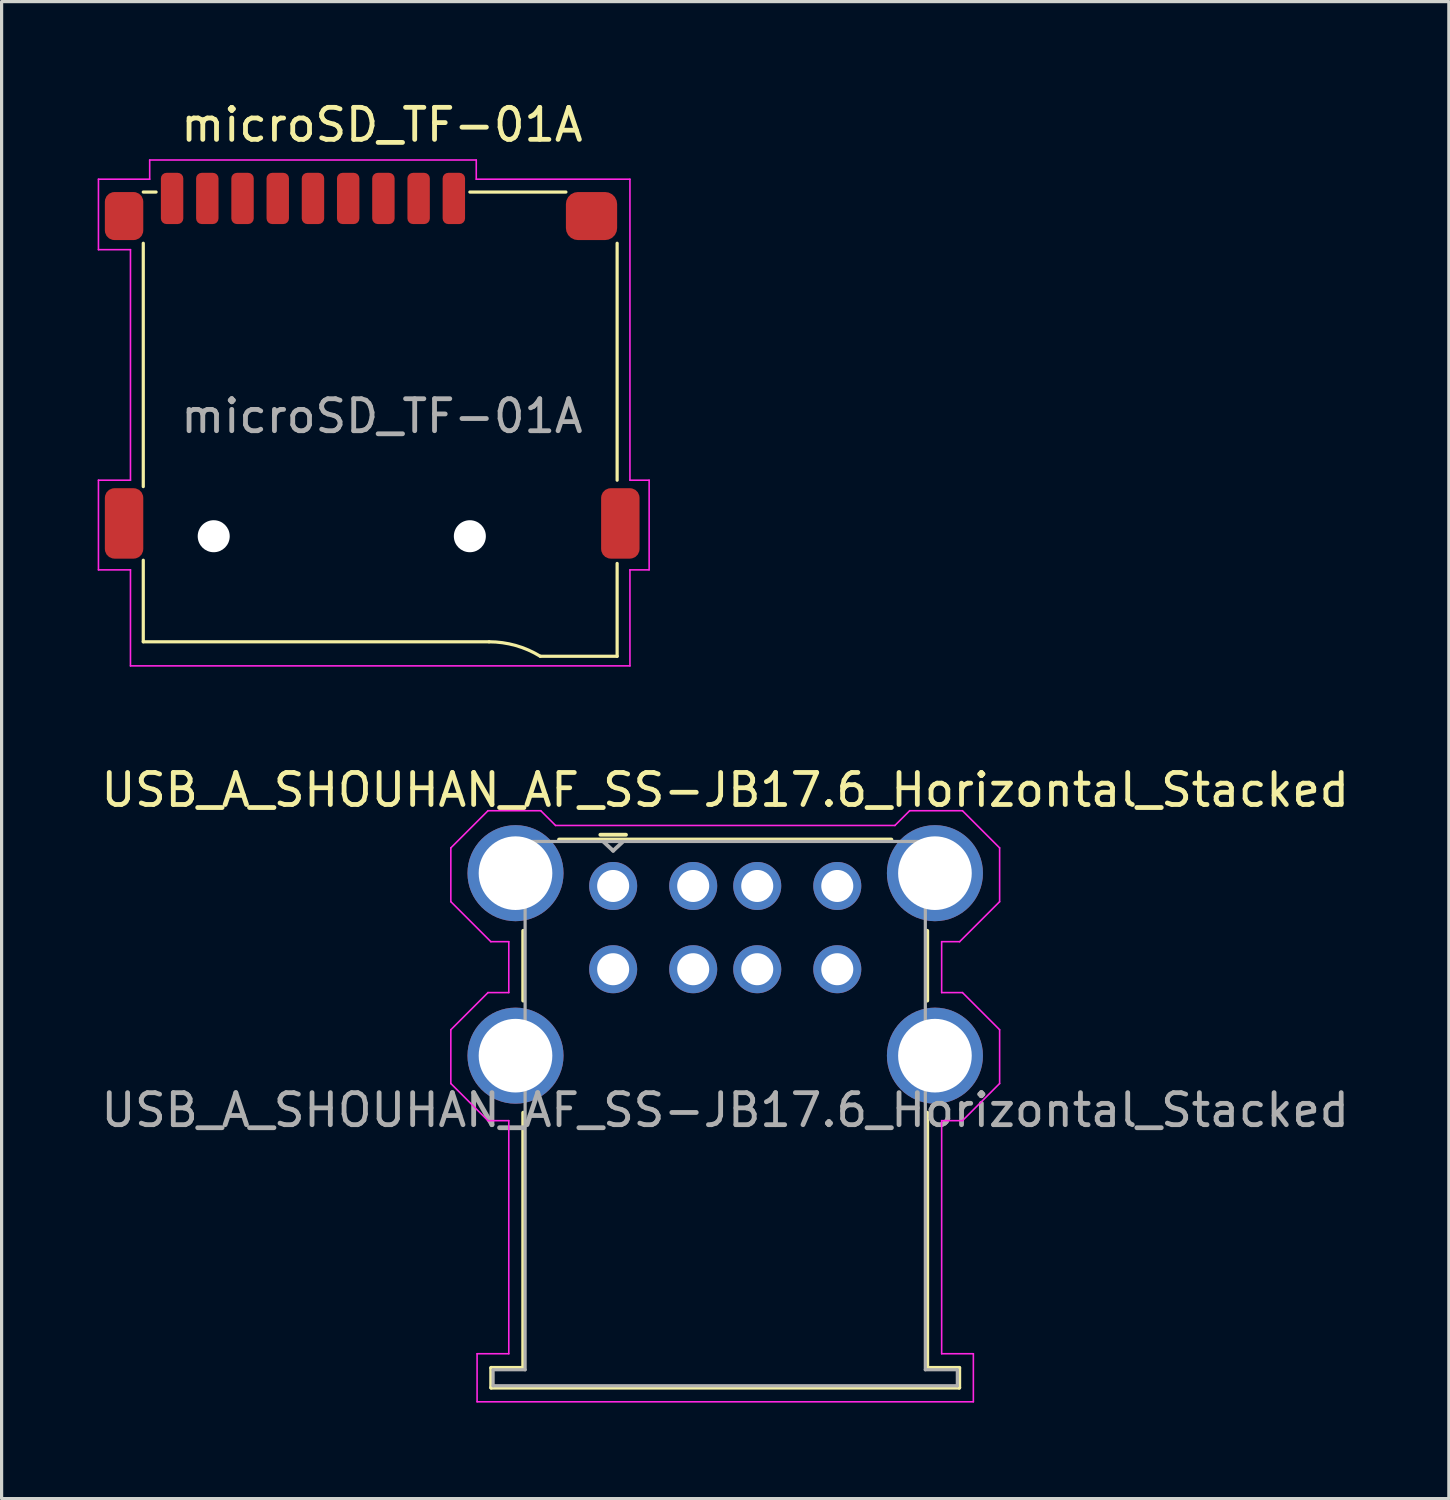
<source format=kicad_pcb>
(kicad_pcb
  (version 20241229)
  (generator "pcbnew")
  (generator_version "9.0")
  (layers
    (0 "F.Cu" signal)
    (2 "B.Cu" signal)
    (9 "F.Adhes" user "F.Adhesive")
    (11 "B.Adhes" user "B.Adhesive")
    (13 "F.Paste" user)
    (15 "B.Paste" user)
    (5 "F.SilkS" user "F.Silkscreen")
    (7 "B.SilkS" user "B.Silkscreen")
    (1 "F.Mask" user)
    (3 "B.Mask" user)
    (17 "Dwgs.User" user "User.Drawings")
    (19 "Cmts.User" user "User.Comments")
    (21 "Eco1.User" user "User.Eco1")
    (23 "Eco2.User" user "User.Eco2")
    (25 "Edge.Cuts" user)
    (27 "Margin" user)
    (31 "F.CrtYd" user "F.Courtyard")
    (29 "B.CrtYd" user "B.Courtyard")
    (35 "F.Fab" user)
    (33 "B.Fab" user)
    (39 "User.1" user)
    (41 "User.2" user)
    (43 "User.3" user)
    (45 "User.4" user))
  (footprint "USB_A_SHOUHAN_AF_SS-JB17.6_Horizontal_Stacked"
    (layer "F.Cu")
    (at 19.601 27.072)
    (property "Reference" "USB_A_SHOUHAN_AF_SS-JB17.6_Horizontal_Stacked" (at 0 -5.45 0) (layer "F.SilkS") (effects (font (size 1 1) (thickness 0.15))))
    (attr through_hole)
    (fp_line (start -7.31 12.6) (end -6.31 12.6) (stroke (width 0.12) (type solid)) (layer "F.SilkS"))
    (fp_line (start -7.31 13.22) (end -7.31 12.6) (stroke (width 0.12) (type solid)) (layer "F.SilkS"))
    (fp_line (start -6.31 1.13) (end -6.31 -1.05) (stroke (width 0.12) (type solid)) (layer "F.SilkS"))
    (fp_line (start -6.31 12.6) (end -6.31 4.63) (stroke (width 0.12) (type solid)) (layer "F.SilkS"))
    (fp_line (start -5.19 -3.9) (end 5.19 -3.9) (stroke (width 0.12) (type solid)) (layer "F.SilkS"))
    (fp_line (start -3.1 -4.05) (end -3.9 -4.05) (stroke (width 0.12) (type solid)) (layer "F.SilkS"))
    (fp_line (start 6.31 1.13) (end 6.31 -1.05) (stroke (width 0.12) (type solid)) (layer "F.SilkS"))
    (fp_line (start 6.31 4.63) (end 6.31 12.6) (stroke (width 0.12) (type solid)) (layer "F.SilkS"))
    (fp_line (start 6.31 12.6) (end 7.31 12.6) (stroke (width 0.12) (type solid)) (layer "F.SilkS"))
    (fp_line (start 7.31 12.6) (end 7.31 13.22) (stroke (width 0.12) (type solid)) (layer "F.SilkS"))
    (fp_line (start 7.31 13.22) (end -7.31 13.22) (stroke (width 0.12) (type solid)) (layer "F.SilkS"))
    (fp_line (start -8.57 -3.64) (end -8.57 -1.96) (stroke (width 0.05) (type solid)) (layer "F.CrtYd"))
    (fp_line (start -8.57 -1.96) (end -7.32 -0.71) (stroke (width 0.05) (type solid)) (layer "F.CrtYd"))
    (fp_line (start -8.57 2.04) (end -8.57 3.72) (stroke (width 0.05) (type solid)) (layer "F.CrtYd"))
    (fp_line (start -8.57 3.72) (end -7.41 4.88) (stroke (width 0.05) (type solid)) (layer "F.CrtYd"))
    (fp_line (start -7.75 12.16) (end -7.75 13.66) (stroke (width 0.05) (type solid)) (layer "F.CrtYd"))
    (fp_line (start -7.75 13.66) (end 7.75 13.66) (stroke (width 0.05) (type solid)) (layer "F.CrtYd"))
    (fp_line (start -7.41 -4.8) (end -8.57 -3.64) (stroke (width 0.05) (type solid)) (layer "F.CrtYd"))
    (fp_line (start -7.41 0.88) (end -8.57 2.04) (stroke (width 0.05) (type solid)) (layer "F.CrtYd"))
    (fp_line (start -7.41 0.88) (end -6.76 0.88) (stroke (width 0.05) (type solid)) (layer "F.CrtYd"))
    (fp_line (start -7.32 -0.71) (end -6.76 -0.71) (stroke (width 0.05) (type solid)) (layer "F.CrtYd"))
    (fp_line (start -6.76 -0.71) (end -6.76 0.88) (stroke (width 0.05) (type solid)) (layer "F.CrtYd"))
    (fp_line (start -6.76 4.88) (end -7.41 4.88) (stroke (width 0.05) (type solid)) (layer "F.CrtYd"))
    (fp_line (start -6.76 4.88) (end -6.76 12.16) (stroke (width 0.05) (type solid)) (layer "F.CrtYd"))
    (fp_line (start -6.76 12.16) (end -7.75 12.16) (stroke (width 0.05) (type solid)) (layer "F.CrtYd"))
    (fp_line (start -5.76 -4.8) (end -7.41 -4.8) (stroke (width 0.05) (type solid)) (layer "F.CrtYd"))
    (fp_line (start -5.76 -4.8) (end -5.3 -4.34) (stroke (width 0.05) (type solid)) (layer "F.CrtYd"))
    (fp_line (start 5.3 -4.34) (end -5.3 -4.34) (stroke (width 0.05) (type solid)) (layer "F.CrtYd"))
    (fp_line (start 5.76 -4.8) (end 5.3 -4.34) (stroke (width 0.05) (type solid)) (layer "F.CrtYd"))
    (fp_line (start 6.76 -0.71) (end 6.76 0.88) (stroke (width 0.05) (type solid)) (layer "F.CrtYd"))
    (fp_line (start 6.76 -0.71) (end 7.32 -0.71) (stroke (width 0.05) (type solid)) (layer "F.CrtYd"))
    (fp_line (start 6.76 0.88) (end 7.41 0.88) (stroke (width 0.05) (type solid)) (layer "F.CrtYd"))
    (fp_line (start 6.76 4.88) (end 6.76 12.16) (stroke (width 0.05) (type solid)) (layer "F.CrtYd"))
    (fp_line (start 6.76 4.88) (end 7.41 4.88) (stroke (width 0.05) (type solid)) (layer "F.CrtYd"))
    (fp_line (start 6.76 12.16) (end 7.75 12.16) (stroke (width 0.05) (type solid)) (layer "F.CrtYd"))
    (fp_line (start 7.41 -4.8) (end 5.76 -4.8) (stroke (width 0.05) (type solid)) (layer "F.CrtYd"))
    (fp_line (start 7.41 -4.8) (end 8.57 -3.64) (stroke (width 0.05) (type solid)) (layer "F.CrtYd"))
    (fp_line (start 7.41 0.88) (end 8.57 2.04) (stroke (width 0.05) (type solid)) (layer "F.CrtYd"))
    (fp_line (start 7.75 12.16) (end 7.75 13.66) (stroke (width 0.05) (type solid)) (layer "F.CrtYd"))
    (fp_line (start 8.57 -3.64) (end 8.57 -1.96) (stroke (width 0.05) (type solid)) (layer "F.CrtYd"))
    (fp_line (start 8.57 -1.96) (end 7.32 -0.71) (stroke (width 0.05) (type solid)) (layer "F.CrtYd"))
    (fp_line (start 8.57 2.04) (end 8.57 3.72) (stroke (width 0.05) (type solid)) (layer "F.CrtYd"))
    (fp_line (start 8.57 3.72) (end 7.41 4.88) (stroke (width 0.05) (type solid)) (layer "F.CrtYd"))
    (fp_line (start -7.25 12.66) (end -7.25 13.16) (stroke (width 0.1) (type solid)) (layer "F.Fab"))
    (fp_line (start -6.25 -3.84) (end -6.25 12.66) (stroke (width 0.1) (type solid)) (layer "F.Fab"))
    (fp_line (start -6.25 12.66) (end -7.25 12.66) (stroke (width 0.1) (type solid)) (layer "F.Fab"))
    (fp_line (start -3.5 -3.55) (end -3.8 -3.83) (stroke (width 0.12) (type solid)) (layer "F.Fab"))
    (fp_line (start -3.5 -3.55) (end -3.2 -3.83) (stroke (width 0.12) (type solid)) (layer "F.Fab"))
    (fp_line (start 6.25 -3.84) (end -6.25 -3.84) (stroke (width 0.1) (type solid)) (layer "F.Fab"))
    (fp_line (start 6.25 -3.84) (end 6.25 12.66) (stroke (width 0.1) (type solid)) (layer "F.Fab"))
    (fp_line (start 6.25 12.66) (end 7.25 12.66) (stroke (width 0.1) (type solid)) (layer "F.Fab"))
    (fp_line (start 7.25 12.66) (end 7.25 13.16) (stroke (width 0.1) (type solid)) (layer "F.Fab"))
    (fp_line (start 7.25 13.16) (end -7.25 13.16) (stroke (width 0.1) (type solid)) (layer "F.Fab"))
    (fp_text user "${REFERENCE}" (at 0 4.55 0) (layer "F.Fab") (effects (font (size 1 1) (thickness 0.15))))
    (pad "1" thru_hole circle (at -3.5 -2.45) (size 1.5 1.5) (drill 1) (layers "*.Cu" "*.Mask"))
    (pad "2" thru_hole circle (at -1 -2.45) (size 1.5 1.5) (drill 1) (layers "*.Cu" "*.Mask"))
    (pad "3" thru_hole circle (at 1 -2.45) (size 1.5 1.5) (drill 1) (layers "*.Cu" "*.Mask"))
    (pad "4" thru_hole circle (at 3.5 -2.45) (size 1.5 1.5) (drill 1) (layers "*.Cu" "*.Mask"))
    (pad "5" thru_hole circle (at -3.5 0.15) (size 1.5 1.5) (drill 1) (layers "*.Cu" "*.Mask"))
    (pad "6" thru_hole circle (at -1 0.15) (size 1.5 1.5) (drill 1) (layers "*.Cu" "*.Mask"))
    (pad "7" thru_hole circle (at 1 0.15) (size 1.5 1.5) (drill 1) (layers "*.Cu" "*.Mask"))
    (pad "8" thru_hole circle (at 3.5 0.15) (size 1.5 1.5) (drill 1) (layers "*.Cu" "*.Mask"))
    (pad "9" thru_hole circle (at -6.55 -2.85) (size 3 3) (drill 2.3) (layers "*.Cu" "*.Mask"))
    (pad "9" thru_hole circle (at -6.55 2.85) (size 3 3) (drill 2.3) (layers "*.Cu" "*.Mask"))
    (pad "9" thru_hole circle (at 6.55 -2.85) (size 3 3) (drill 2.3) (layers "*.Cu" "*.Mask"))
    (pad "9" thru_hole circle (at 6.55 2.85) (size 3 3) (drill 2.3) (layers "*.Cu" "*.Mask")))
  (footprint "microSD_TF-01A"
    (layer "F.Cu")
    (at 8.879 8.448)
    (property "Reference" "microSD_TF-01A" (at 0 -7.6 0) (unlocked yes) (layer "F.SilkS") (effects (font (size 1 1) (thickness 0.15))))
    (attr smd)
    (fp_line (start -7.454 -5.5) (end -7.054 -5.5) (stroke (width 0.1) (type default)) (layer "F.SilkS"))
    (fp_line (start -7.454 -3.9) (end -7.454 3.7) (stroke (width 0.1) (type default)) (layer "F.SilkS"))
    (fp_line (start -7.454 8.547) (end -7.454 6) (stroke (width 0.1) (type default)) (layer "F.SilkS"))
    (fp_line (start 3.346 8.547) (end -7.454 8.547) (stroke (width 0.1) (type default)) (layer "F.SilkS"))
    (fp_line (start 5.746 -5.5) (end 2.746 -5.5) (stroke (width 0.1) (type default)) (layer "F.SilkS"))
    (fp_line (start 7.346 -3.9) (end 7.346 3.5) (stroke (width 0.1) (type default)) (layer "F.SilkS"))
    (fp_line (start 7.346 6.1) (end 7.346 9) (stroke (width 0.1) (type default)) (layer "F.SilkS"))
    (fp_line (start 7.346 9) (end 4.946 9) (stroke (width 0.1) (type default)) (layer "F.SilkS"))
    (fp_arc (start 3.346 8.547132) (mid 4.177428 8.66253) (end 4.946 9) (stroke (width 0.1) (type default)) (layer "F.SilkS"))
    (fp_line (start -8.854 -5.9) (end -7.254 -5.9) (stroke (width 0.05) (type default)) (layer "F.CrtYd"))
    (fp_line (start -8.854 -3.7) (end -8.854 -5.9) (stroke (width 0.05) (type default)) (layer "F.CrtYd"))
    (fp_line (start -8.854 3.5) (end -7.854 3.5) (stroke (width 0.05) (type default)) (layer "F.CrtYd"))
    (fp_line (start -8.854 6.3) (end -8.854 3.5) (stroke (width 0.05) (type default)) (layer "F.CrtYd"))
    (fp_line (start -7.854 -3.7) (end -8.854 -3.7) (stroke (width 0.05) (type default)) (layer "F.CrtYd"))
    (fp_line (start -7.854 3.5) (end -7.854 -3.7) (stroke (width 0.05) (type default)) (layer "F.CrtYd"))
    (fp_line (start -7.854 6.3) (end -8.854 6.3) (stroke (width 0.05) (type default)) (layer "F.CrtYd"))
    (fp_line (start -7.854 9.3) (end -7.854 6.3) (stroke (width 0.05) (type default)) (layer "F.CrtYd"))
    (fp_line (start -7.254 -6.5) (end 2.946 -6.5) (stroke (width 0.05) (type default)) (layer "F.CrtYd"))
    (fp_line (start -7.254 -5.9) (end -7.254 -6.5) (stroke (width 0.05) (type default)) (layer "F.CrtYd"))
    (fp_line (start 2.946 -6.5) (end 2.946 -5.9) (stroke (width 0.05) (type default)) (layer "F.CrtYd"))
    (fp_line (start 2.946 -5.9) (end 7.746 -5.9) (stroke (width 0.05) (type default)) (layer "F.CrtYd"))
    (fp_line (start 7.746 -5.9) (end 7.746 3.5) (stroke (width 0.05) (type default)) (layer "F.CrtYd"))
    (fp_line (start 7.746 3.5) (end 8.346 3.5) (stroke (width 0.05) (type default)) (layer "F.CrtYd"))
    (fp_line (start 7.746 6.3) (end 7.746 9.3) (stroke (width 0.05) (type default)) (layer "F.CrtYd"))
    (fp_line (start 7.746 9.3) (end -7.854 9.3) (stroke (width 0.05) (type default)) (layer "F.CrtYd"))
    (fp_line (start 8.346 3.5) (end 8.346 6.3) (stroke (width 0.05) (type default)) (layer "F.CrtYd"))
    (fp_line (start 8.346 6.3) (end 7.746 6.3) (stroke (width 0.05) (type default)) (layer "F.CrtYd"))
    (fp_text user "${REFERENCE}" (at 0 1.5 0) (unlocked yes) (layer "F.Fab") (effects (font (size 1 1) (thickness 0.15))))
    (pad "" np_thru_hole circle (at -5.254 5.25) (size 1 1) (drill 1) (layers "*.Cu" "*.Mask"))
    (pad "" np_thru_hole circle (at 2.746 5.25) (size 1 1) (drill 1) (layers "*.Cu" "*.Mask"))
    (pad "1" smd roundrect (at 2.246 -5.3) (size 0.7 1.6) (layers "F.Cu" "F.Mask" "F.Paste") (roundrect_rratio 0.25))
    (pad "2" smd roundrect (at 1.146 -5.3) (size 0.7 1.6) (layers "F.Cu" "F.Mask" "F.Paste") (roundrect_rratio 0.25))
    (pad "3" smd roundrect (at 0.046 -5.3) (size 0.7 1.6) (layers "F.Cu" "F.Mask" "F.Paste") (roundrect_rratio 0.25))
    (pad "4" smd roundrect (at -1.054 -5.3) (size 0.7 1.6) (layers "F.Cu" "F.Mask" "F.Paste") (roundrect_rratio 0.25))
    (pad "5" smd roundrect (at -2.154 -5.3) (size 0.7 1.6) (layers "F.Cu" "F.Mask" "F.Paste") (roundrect_rratio 0.25))
    (pad "6" smd roundrect (at -3.254 -5.3) (size 0.7 1.6) (layers "F.Cu" "F.Mask" "F.Paste") (roundrect_rratio 0.25))
    (pad "7" smd roundrect (at -4.354 -5.3) (size 0.7 1.6) (layers "F.Cu" "F.Mask" "F.Paste") (roundrect_rratio 0.25))
    (pad "8" smd roundrect (at -5.454 -5.3) (size 0.7 1.6) (layers "F.Cu" "F.Mask" "F.Paste") (roundrect_rratio 0.25))
    (pad "9" smd roundrect (at -6.554 -5.3) (size 0.7 1.6) (layers "F.Cu" "F.Mask" "F.Paste") (roundrect_rratio 0.25))
    (pad "10" smd roundrect (at -8.054 -4.75) (size 1.2 1.5) (layers "F.Cu" "F.Mask" "F.Paste") (roundrect_rratio 0.25))
    (pad "10" smd roundrect (at -8.054 4.85) (size 1.2 2.2) (layers "F.Cu" "F.Mask" "F.Paste") (roundrect_rratio 0.25))
    (pad "10" smd roundrect (at 6.546 -4.75) (size 1.6 1.5) (layers "F.Cu" "F.Mask" "F.Paste") (roundrect_rratio 0.25))
    (pad "10" smd roundrect (at 7.446 4.85) (size 1.2 2.2) (layers "F.Cu" "F.Mask" "F.Paste") (roundrect_rratio 0.25)))
  (gr_rect
    (start -3 -3)
    (end 42.202 43.757)
    (stroke (width 0.1) (type default))
    (fill no)
    (layer "Edge.Cuts")))
</source>
